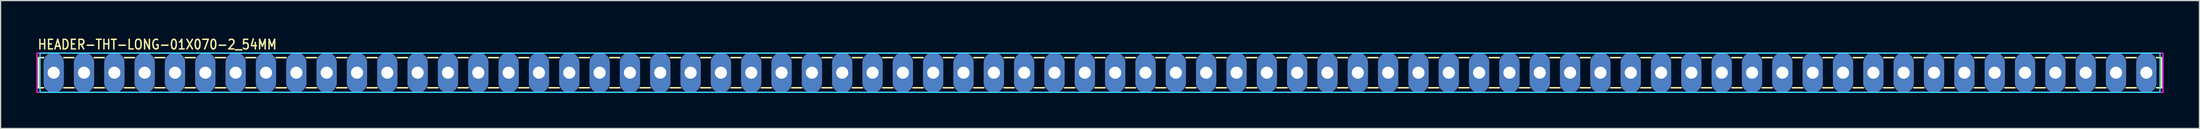
<source format=kicad_pcb>
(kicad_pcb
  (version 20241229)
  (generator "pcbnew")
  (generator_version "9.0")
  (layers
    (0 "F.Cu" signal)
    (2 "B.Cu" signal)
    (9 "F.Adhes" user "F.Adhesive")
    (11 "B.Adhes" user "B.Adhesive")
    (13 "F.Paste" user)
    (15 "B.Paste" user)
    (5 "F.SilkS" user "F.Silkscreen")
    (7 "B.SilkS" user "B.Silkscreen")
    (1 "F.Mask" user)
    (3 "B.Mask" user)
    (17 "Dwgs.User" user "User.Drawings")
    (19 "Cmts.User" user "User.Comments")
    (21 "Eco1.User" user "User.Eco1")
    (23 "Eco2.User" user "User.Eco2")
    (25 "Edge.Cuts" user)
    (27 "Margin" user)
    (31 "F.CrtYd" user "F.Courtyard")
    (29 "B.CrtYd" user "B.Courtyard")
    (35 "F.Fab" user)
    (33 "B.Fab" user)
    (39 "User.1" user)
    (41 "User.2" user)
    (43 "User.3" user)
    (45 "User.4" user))
  (footprint "HEADER-THT-LONG-01X070-2_54MM"
    (layer "F.Cu")
    (at 1.447 3.079)
    (property "Reference" "HEADER-THT-LONG-01X070-2_54MM" (at -1.4 -1.9 0) (unlocked yes) (layer "F.SilkS") (effects (font (size 0.813 0.695) (thickness 0.122)) (justify left bottom)))
    (fp_line (start -1.27 -1.27) (end -1.27 1.27) (stroke (width 0.127) (type solid)) (layer "F.SilkS"))
    (fp_line (start -1.27 1.27) (end -0.85 1.27) (stroke (width 0.127) (type solid)) (layer "F.SilkS"))
    (fp_line (start -0.85 -1.27) (end -1.27 -1.27) (stroke (width 0.127) (type solid)) (layer "F.SilkS"))
    (fp_line (start 0.85 -1.27) (end 1.69 -1.27) (stroke (width 0.127) (type solid)) (layer "F.SilkS"))
    (fp_line (start 0.85 1.27) (end 1.69 1.27) (stroke (width 0.127) (type solid)) (layer "F.SilkS"))
    (fp_line (start 3.39 -1.27) (end 4.23 -1.27) (stroke (width 0.127) (type solid)) (layer "F.SilkS"))
    (fp_line (start 3.39 1.27) (end 4.23 1.27) (stroke (width 0.127) (type solid)) (layer "F.SilkS"))
    (fp_line (start 5.93 -1.27) (end 6.77 -1.27) (stroke (width 0.127) (type solid)) (layer "F.SilkS"))
    (fp_line (start 5.93 1.27) (end 6.77 1.27) (stroke (width 0.127) (type solid)) (layer "F.SilkS"))
    (fp_line (start 8.47 -1.27) (end 9.31 -1.27) (stroke (width 0.127) (type solid)) (layer "F.SilkS"))
    (fp_line (start 8.47 1.27) (end 9.31 1.27) (stroke (width 0.127) (type solid)) (layer "F.SilkS"))
    (fp_line (start 11.01 -1.27) (end 11.85 -1.27) (stroke (width 0.127) (type solid)) (layer "F.SilkS"))
    (fp_line (start 11.01 1.27) (end 11.85 1.27) (stroke (width 0.127) (type solid)) (layer "F.SilkS"))
    (fp_line (start 13.55 -1.27) (end 14.39 -1.27) (stroke (width 0.127) (type solid)) (layer "F.SilkS"))
    (fp_line (start 13.55 1.27) (end 14.39 1.27) (stroke (width 0.127) (type solid)) (layer "F.SilkS"))
    (fp_line (start 16.09 -1.27) (end 16.93 -1.27) (stroke (width 0.127) (type solid)) (layer "F.SilkS"))
    (fp_line (start 16.09 1.27) (end 16.93 1.27) (stroke (width 0.127) (type solid)) (layer "F.SilkS"))
    (fp_line (start 18.63 -1.27) (end 19.47 -1.27) (stroke (width 0.127) (type solid)) (layer "F.SilkS"))
    (fp_line (start 18.63 1.27) (end 19.47 1.27) (stroke (width 0.127) (type solid)) (layer "F.SilkS"))
    (fp_line (start 21.17 -1.27) (end 22.01 -1.27) (stroke (width 0.127) (type solid)) (layer "F.SilkS"))
    (fp_line (start 21.17 1.27) (end 22.01 1.27) (stroke (width 0.127) (type solid)) (layer "F.SilkS"))
    (fp_line (start 23.71 -1.27) (end 24.55 -1.27) (stroke (width 0.127) (type solid)) (layer "F.SilkS"))
    (fp_line (start 23.71 1.27) (end 24.55 1.27) (stroke (width 0.127) (type solid)) (layer "F.SilkS"))
    (fp_line (start 26.25 -1.27) (end 27.09 -1.27) (stroke (width 0.127) (type solid)) (layer "F.SilkS"))
    (fp_line (start 26.25 1.27) (end 27.09 1.27) (stroke (width 0.127) (type solid)) (layer "F.SilkS"))
    (fp_line (start 28.79 -1.27) (end 29.63 -1.27) (stroke (width 0.127) (type solid)) (layer "F.SilkS"))
    (fp_line (start 28.79 1.27) (end 29.63 1.27) (stroke (width 0.127) (type solid)) (layer "F.SilkS"))
    (fp_line (start 31.33 -1.27) (end 32.17 -1.27) (stroke (width 0.127) (type solid)) (layer "F.SilkS"))
    (fp_line (start 31.33 1.27) (end 32.17 1.27) (stroke (width 0.127) (type solid)) (layer "F.SilkS"))
    (fp_line (start 33.87 -1.27) (end 34.71 -1.27) (stroke (width 0.127) (type solid)) (layer "F.SilkS"))
    (fp_line (start 33.87 1.27) (end 34.71 1.27) (stroke (width 0.127) (type solid)) (layer "F.SilkS"))
    (fp_line (start 36.41 -1.27) (end 37.25 -1.27) (stroke (width 0.127) (type solid)) (layer "F.SilkS"))
    (fp_line (start 36.41 1.27) (end 37.25 1.27) (stroke (width 0.127) (type solid)) (layer "F.SilkS"))
    (fp_line (start 38.95 -1.27) (end 39.79 -1.27) (stroke (width 0.127) (type solid)) (layer "F.SilkS"))
    (fp_line (start 38.95 1.27) (end 39.79 1.27) (stroke (width 0.127) (type solid)) (layer "F.SilkS"))
    (fp_line (start 41.49 -1.27) (end 42.33 -1.27) (stroke (width 0.127) (type solid)) (layer "F.SilkS"))
    (fp_line (start 41.49 1.27) (end 42.33 1.27) (stroke (width 0.127) (type solid)) (layer "F.SilkS"))
    (fp_line (start 44.03 -1.27) (end 44.87 -1.27) (stroke (width 0.127) (type solid)) (layer "F.SilkS"))
    (fp_line (start 44.03 1.27) (end 44.87 1.27) (stroke (width 0.127) (type solid)) (layer "F.SilkS"))
    (fp_line (start 46.57 -1.27) (end 47.41 -1.27) (stroke (width 0.127) (type solid)) (layer "F.SilkS"))
    (fp_line (start 46.57 1.27) (end 47.41 1.27) (stroke (width 0.127) (type solid)) (layer "F.SilkS"))
    (fp_line (start 49.11 -1.27) (end 49.95 -1.27) (stroke (width 0.127) (type solid)) (layer "F.SilkS"))
    (fp_line (start 49.11 1.27) (end 49.95 1.27) (stroke (width 0.127) (type solid)) (layer "F.SilkS"))
    (fp_line (start 51.65 -1.27) (end 52.49 -1.27) (stroke (width 0.127) (type solid)) (layer "F.SilkS"))
    (fp_line (start 51.65 1.27) (end 52.49 1.27) (stroke (width 0.127) (type solid)) (layer "F.SilkS"))
    (fp_line (start 54.19 -1.27) (end 55.03 -1.27) (stroke (width 0.127) (type solid)) (layer "F.SilkS"))
    (fp_line (start 54.19 1.27) (end 55.03 1.27) (stroke (width 0.127) (type solid)) (layer "F.SilkS"))
    (fp_line (start 56.73 -1.27) (end 57.57 -1.27) (stroke (width 0.127) (type solid)) (layer "F.SilkS"))
    (fp_line (start 56.73 1.27) (end 57.57 1.27) (stroke (width 0.127) (type solid)) (layer "F.SilkS"))
    (fp_line (start 59.27 -1.27) (end 60.11 -1.27) (stroke (width 0.127) (type solid)) (layer "F.SilkS"))
    (fp_line (start 59.27 1.27) (end 60.11 1.27) (stroke (width 0.127) (type solid)) (layer "F.SilkS"))
    (fp_line (start 61.81 -1.27) (end 62.65 -1.27) (stroke (width 0.127) (type solid)) (layer "F.SilkS"))
    (fp_line (start 61.81 1.27) (end 62.65 1.27) (stroke (width 0.127) (type solid)) (layer "F.SilkS"))
    (fp_line (start 64.35 -1.27) (end 65.19 -1.27) (stroke (width 0.127) (type solid)) (layer "F.SilkS"))
    (fp_line (start 64.35 1.27) (end 65.19 1.27) (stroke (width 0.127) (type solid)) (layer "F.SilkS"))
    (fp_line (start 66.89 -1.27) (end 67.73 -1.27) (stroke (width 0.127) (type solid)) (layer "F.SilkS"))
    (fp_line (start 66.89 1.27) (end 67.73 1.27) (stroke (width 0.127) (type solid)) (layer "F.SilkS"))
    (fp_line (start 69.43 -1.27) (end 70.27 -1.27) (stroke (width 0.127) (type solid)) (layer "F.SilkS"))
    (fp_line (start 69.43 1.27) (end 70.27 1.27) (stroke (width 0.127) (type solid)) (layer "F.SilkS"))
    (fp_line (start 71.97 -1.27) (end 72.81 -1.27) (stroke (width 0.127) (type solid)) (layer "F.SilkS"))
    (fp_line (start 71.97 1.27) (end 72.81 1.27) (stroke (width 0.127) (type solid)) (layer "F.SilkS"))
    (fp_line (start 74.51 -1.27) (end 75.35 -1.27) (stroke (width 0.127) (type solid)) (layer "F.SilkS"))
    (fp_line (start 74.51 1.27) (end 75.35 1.27) (stroke (width 0.127) (type solid)) (layer "F.SilkS"))
    (fp_line (start 77.05 -1.27) (end 77.89 -1.27) (stroke (width 0.127) (type solid)) (layer "F.SilkS"))
    (fp_line (start 77.05 1.27) (end 77.89 1.27) (stroke (width 0.127) (type solid)) (layer "F.SilkS"))
    (fp_line (start 79.59 -1.27) (end 80.43 -1.27) (stroke (width 0.127) (type solid)) (layer "F.SilkS"))
    (fp_line (start 79.59 1.27) (end 80.43 1.27) (stroke (width 0.127) (type solid)) (layer "F.SilkS"))
    (fp_line (start 82.13 -1.27) (end 82.97 -1.27) (stroke (width 0.127) (type solid)) (layer "F.SilkS"))
    (fp_line (start 82.13 1.27) (end 82.97 1.27) (stroke (width 0.127) (type solid)) (layer "F.SilkS"))
    (fp_line (start 84.67 -1.27) (end 85.51 -1.27) (stroke (width 0.127) (type solid)) (layer "F.SilkS"))
    (fp_line (start 84.67 1.27) (end 85.51 1.27) (stroke (width 0.127) (type solid)) (layer "F.SilkS"))
    (fp_line (start 87.21 -1.27) (end 88.05 -1.27) (stroke (width 0.127) (type solid)) (layer "F.SilkS"))
    (fp_line (start 87.21 1.27) (end 88.05 1.27) (stroke (width 0.127) (type solid)) (layer "F.SilkS"))
    (fp_line (start 89.75 -1.27) (end 90.59 -1.27) (stroke (width 0.127) (type solid)) (layer "F.SilkS"))
    (fp_line (start 89.75 1.27) (end 90.59 1.27) (stroke (width 0.127) (type solid)) (layer "F.SilkS"))
    (fp_line (start 92.29 -1.27) (end 93.13 -1.27) (stroke (width 0.127) (type solid)) (layer "F.SilkS"))
    (fp_line (start 92.29 1.27) (end 93.13 1.27) (stroke (width 0.127) (type solid)) (layer "F.SilkS"))
    (fp_line (start 94.83 -1.27) (end 95.67 -1.27) (stroke (width 0.127) (type solid)) (layer "F.SilkS"))
    (fp_line (start 94.83 1.27) (end 95.67 1.27) (stroke (width 0.127) (type solid)) (layer "F.SilkS"))
    (fp_line (start 97.37 -1.27) (end 98.21 -1.27) (stroke (width 0.127) (type solid)) (layer "F.SilkS"))
    (fp_line (start 97.37 1.27) (end 98.21 1.27) (stroke (width 0.127) (type solid)) (layer "F.SilkS"))
    (fp_line (start 99.91 -1.27) (end 100.75 -1.27) (stroke (width 0.127) (type solid)) (layer "F.SilkS"))
    (fp_line (start 99.91 1.27) (end 100.75 1.27) (stroke (width 0.127) (type solid)) (layer "F.SilkS"))
    (fp_line (start 102.45 -1.27) (end 103.29 -1.27) (stroke (width 0.127) (type solid)) (layer "F.SilkS"))
    (fp_line (start 102.45 1.27) (end 103.29 1.27) (stroke (width 0.127) (type solid)) (layer "F.SilkS"))
    (fp_line (start 104.99 -1.27) (end 105.83 -1.27) (stroke (width 0.127) (type solid)) (layer "F.SilkS"))
    (fp_line (start 104.99 1.27) (end 105.83 1.27) (stroke (width 0.127) (type solid)) (layer "F.SilkS"))
    (fp_line (start 107.53 -1.27) (end 108.37 -1.27) (stroke (width 0.127) (type solid)) (layer "F.SilkS"))
    (fp_line (start 107.53 1.27) (end 108.37 1.27) (stroke (width 0.127) (type solid)) (layer "F.SilkS"))
    (fp_line (start 110.07 -1.27) (end 110.91 -1.27) (stroke (width 0.127) (type solid)) (layer "F.SilkS"))
    (fp_line (start 110.07 1.27) (end 110.91 1.27) (stroke (width 0.127) (type solid)) (layer "F.SilkS"))
    (fp_line (start 112.61 -1.27) (end 113.45 -1.27) (stroke (width 0.127) (type solid)) (layer "F.SilkS"))
    (fp_line (start 112.61 1.27) (end 113.45 1.27) (stroke (width 0.127) (type solid)) (layer "F.SilkS"))
    (fp_line (start 115.15 -1.27) (end 115.99 -1.27) (stroke (width 0.127) (type solid)) (layer "F.SilkS"))
    (fp_line (start 115.15 1.27) (end 115.99 1.27) (stroke (width 0.127) (type solid)) (layer "F.SilkS"))
    (fp_line (start 117.69 -1.27) (end 118.53 -1.27) (stroke (width 0.127) (type solid)) (layer "F.SilkS"))
    (fp_line (start 117.69 1.27) (end 118.53 1.27) (stroke (width 0.127) (type solid)) (layer "F.SilkS"))
    (fp_line (start 120.23 -1.27) (end 121.07 -1.27) (stroke (width 0.127) (type solid)) (layer "F.SilkS"))
    (fp_line (start 120.23 1.27) (end 121.07 1.27) (stroke (width 0.127) (type solid)) (layer "F.SilkS"))
    (fp_line (start 122.77 -1.27) (end 123.61 -1.27) (stroke (width 0.127) (type solid)) (layer "F.SilkS"))
    (fp_line (start 122.77 1.27) (end 123.61 1.27) (stroke (width 0.127) (type solid)) (layer "F.SilkS"))
    (fp_line (start 125.31 -1.27) (end 126.15 -1.27) (stroke (width 0.127) (type solid)) (layer "F.SilkS"))
    (fp_line (start 125.31 1.27) (end 126.15 1.27) (stroke (width 0.127) (type solid)) (layer "F.SilkS"))
    (fp_line (start 127.85 -1.27) (end 128.69 -1.27) (stroke (width 0.127) (type solid)) (layer "F.SilkS"))
    (fp_line (start 127.85 1.27) (end 128.69 1.27) (stroke (width 0.127) (type solid)) (layer "F.SilkS"))
    (fp_line (start 130.39 -1.27) (end 131.23 -1.27) (stroke (width 0.127) (type solid)) (layer "F.SilkS"))
    (fp_line (start 130.39 1.27) (end 131.23 1.27) (stroke (width 0.127) (type solid)) (layer "F.SilkS"))
    (fp_line (start 132.93 -1.27) (end 133.77 -1.27) (stroke (width 0.127) (type solid)) (layer "F.SilkS"))
    (fp_line (start 132.93 1.27) (end 133.77 1.27) (stroke (width 0.127) (type solid)) (layer "F.SilkS"))
    (fp_line (start 135.47 -1.27) (end 136.31 -1.27) (stroke (width 0.127) (type solid)) (layer "F.SilkS"))
    (fp_line (start 135.47 1.27) (end 136.31 1.27) (stroke (width 0.127) (type solid)) (layer "F.SilkS"))
    (fp_line (start 138.01 -1.27) (end 138.85 -1.27) (stroke (width 0.127) (type solid)) (layer "F.SilkS"))
    (fp_line (start 138.01 1.27) (end 138.85 1.27) (stroke (width 0.127) (type solid)) (layer "F.SilkS"))
    (fp_line (start 140.55 -1.27) (end 141.39 -1.27) (stroke (width 0.127) (type solid)) (layer "F.SilkS"))
    (fp_line (start 140.55 1.27) (end 141.39 1.27) (stroke (width 0.127) (type solid)) (layer "F.SilkS"))
    (fp_line (start 143.09 -1.27) (end 143.93 -1.27) (stroke (width 0.127) (type solid)) (layer "F.SilkS"))
    (fp_line (start 143.09 1.27) (end 143.93 1.27) (stroke (width 0.127) (type solid)) (layer "F.SilkS"))
    (fp_line (start 145.63 -1.27) (end 146.47 -1.27) (stroke (width 0.127) (type solid)) (layer "F.SilkS"))
    (fp_line (start 145.63 1.27) (end 146.47 1.27) (stroke (width 0.127) (type solid)) (layer "F.SilkS"))
    (fp_line (start 148.17 -1.27) (end 149.01 -1.27) (stroke (width 0.127) (type solid)) (layer "F.SilkS"))
    (fp_line (start 148.17 1.27) (end 149.01 1.27) (stroke (width 0.127) (type solid)) (layer "F.SilkS"))
    (fp_line (start 150.71 -1.27) (end 151.55 -1.27) (stroke (width 0.127) (type solid)) (layer "F.SilkS"))
    (fp_line (start 150.71 1.27) (end 151.55 1.27) (stroke (width 0.127) (type solid)) (layer "F.SilkS"))
    (fp_line (start 153.25 -1.27) (end 154.09 -1.27) (stroke (width 0.127) (type solid)) (layer "F.SilkS"))
    (fp_line (start 153.25 1.27) (end 154.09 1.27) (stroke (width 0.127) (type solid)) (layer "F.SilkS"))
    (fp_line (start 155.79 -1.27) (end 156.63 -1.27) (stroke (width 0.127) (type solid)) (layer "F.SilkS"))
    (fp_line (start 155.79 1.27) (end 156.63 1.27) (stroke (width 0.127) (type solid)) (layer "F.SilkS"))
    (fp_line (start 158.33 -1.27) (end 159.17 -1.27) (stroke (width 0.127) (type solid)) (layer "F.SilkS"))
    (fp_line (start 158.33 1.27) (end 159.17 1.27) (stroke (width 0.127) (type solid)) (layer "F.SilkS"))
    (fp_line (start 160.87 -1.27) (end 161.71 -1.27) (stroke (width 0.127) (type solid)) (layer "F.SilkS"))
    (fp_line (start 160.87 1.27) (end 161.71 1.27) (stroke (width 0.127) (type solid)) (layer "F.SilkS"))
    (fp_line (start 163.41 -1.27) (end 164.25 -1.27) (stroke (width 0.127) (type solid)) (layer "F.SilkS"))
    (fp_line (start 163.41 1.27) (end 164.25 1.27) (stroke (width 0.127) (type solid)) (layer "F.SilkS"))
    (fp_line (start 165.95 -1.27) (end 166.79 -1.27) (stroke (width 0.127) (type solid)) (layer "F.SilkS"))
    (fp_line (start 165.95 1.27) (end 166.79 1.27) (stroke (width 0.127) (type solid)) (layer "F.SilkS"))
    (fp_line (start 168.49 -1.27) (end 169.33 -1.27) (stroke (width 0.127) (type solid)) (layer "F.SilkS"))
    (fp_line (start 168.49 1.27) (end 169.33 1.27) (stroke (width 0.127) (type solid)) (layer "F.SilkS"))
    (fp_line (start 171.03 -1.27) (end 171.87 -1.27) (stroke (width 0.127) (type solid)) (layer "F.SilkS"))
    (fp_line (start 171.03 1.27) (end 171.87 1.27) (stroke (width 0.127) (type solid)) (layer "F.SilkS"))
    (fp_line (start 173.57 -1.27) (end 174.41 -1.27) (stroke (width 0.127) (type solid)) (layer "F.SilkS"))
    (fp_line (start 173.57 1.27) (end 174.41 1.27) (stroke (width 0.127) (type solid)) (layer "F.SilkS"))
    (fp_line (start 176.11 -1.27) (end 176.53 -1.27) (stroke (width 0.127) (type solid)) (layer "F.SilkS"))
    (fp_line (start 176.53 -1.27) (end 176.53 1.27) (stroke (width 0.127) (type solid)) (layer "F.SilkS"))
    (fp_line (start 176.53 1.27) (end 176.11 1.27) (stroke (width 0.127) (type solid)) (layer "F.SilkS"))
    (fp_poly (pts (xy -1.143 -1.651) (xy 176.403 -1.651) (xy 176.403 1.651) (xy -1.143 1.651)) (stroke (width 0.1) (type solid)) (fill no) (layer "B.CrtYd"))
    (fp_poly (pts (xy -1.397 -1.651) (xy 176.657 -1.651) (xy 176.657 1.651) (xy -1.397 1.651)) (stroke (width 0.1) (type solid)) (fill no) (layer "F.CrtYd"))
    (pad "1" thru_hole oval (at 0 0 90) (size 3.387 1.693) (drill 1.016) (layers "*.Cu" "*.Mask"))
    (pad "2" thru_hole oval (at 2.54 0 90) (size 3.387 1.693) (drill 1.016) (layers "*.Cu" "*.Mask"))
    (pad "3" thru_hole oval (at 5.08 0 90) (size 3.387 1.693) (drill 1.016) (layers "*.Cu" "*.Mask"))
    (pad "4" thru_hole oval (at 7.62 0 90) (size 3.387 1.693) (drill 1.016) (layers "*.Cu" "*.Mask"))
    (pad "5" thru_hole oval (at 10.16 0 90) (size 3.387 1.693) (drill 1.016) (layers "*.Cu" "*.Mask"))
    (pad "6" thru_hole oval (at 12.7 0 90) (size 3.387 1.693) (drill 1.016) (layers "*.Cu" "*.Mask"))
    (pad "7" thru_hole oval (at 15.24 0 90) (size 3.387 1.693) (drill 1.016) (layers "*.Cu" "*.Mask"))
    (pad "8" thru_hole oval (at 17.78 0 90) (size 3.387 1.693) (drill 1.016) (layers "*.Cu" "*.Mask"))
    (pad "9" thru_hole oval (at 20.32 0 90) (size 3.387 1.693) (drill 1.016) (layers "*.Cu" "*.Mask"))
    (pad "10" thru_hole oval (at 22.86 0 90) (size 3.387 1.693) (drill 1.016) (layers "*.Cu" "*.Mask"))
    (pad "11" thru_hole oval (at 25.4 0 90) (size 3.387 1.693) (drill 1.016) (layers "*.Cu" "*.Mask"))
    (pad "12" thru_hole oval (at 27.94 0 90) (size 3.387 1.693) (drill 1.016) (layers "*.Cu" "*.Mask"))
    (pad "13" thru_hole oval (at 30.48 0 90) (size 3.387 1.693) (drill 1.016) (layers "*.Cu" "*.Mask"))
    (pad "14" thru_hole oval (at 33.02 0 90) (size 3.387 1.693) (drill 1.016) (layers "*.Cu" "*.Mask"))
    (pad "15" thru_hole oval (at 35.56 0 90) (size 3.387 1.693) (drill 1.016) (layers "*.Cu" "*.Mask"))
    (pad "16" thru_hole oval (at 38.1 0 90) (size 3.387 1.693) (drill 1.016) (layers "*.Cu" "*.Mask"))
    (pad "17" thru_hole oval (at 40.64 0 90) (size 3.387 1.693) (drill 1.016) (layers "*.Cu" "*.Mask"))
    (pad "18" thru_hole oval (at 43.18 0 90) (size 3.387 1.693) (drill 1.016) (layers "*.Cu" "*.Mask"))
    (pad "19" thru_hole oval (at 45.72 0 90) (size 3.387 1.693) (drill 1.016) (layers "*.Cu" "*.Mask"))
    (pad "20" thru_hole oval (at 48.26 0 90) (size 3.387 1.693) (drill 1.016) (layers "*.Cu" "*.Mask"))
    (pad "21" thru_hole oval (at 50.8 0 90) (size 3.387 1.693) (drill 1.016) (layers "*.Cu" "*.Mask"))
    (pad "22" thru_hole oval (at 53.34 0 90) (size 3.387 1.693) (drill 1.016) (layers "*.Cu" "*.Mask"))
    (pad "23" thru_hole oval (at 55.88 0 90) (size 3.387 1.693) (drill 1.016) (layers "*.Cu" "*.Mask"))
    (pad "24" thru_hole oval (at 58.42 0 90) (size 3.387 1.693) (drill 1.016) (layers "*.Cu" "*.Mask"))
    (pad "25" thru_hole oval (at 60.96 0 90) (size 3.387 1.693) (drill 1.016) (layers "*.Cu" "*.Mask"))
    (pad "26" thru_hole oval (at 63.5 0 90) (size 3.387 1.693) (drill 1.016) (layers "*.Cu" "*.Mask"))
    (pad "27" thru_hole oval (at 66.04 0 90) (size 3.387 1.693) (drill 1.016) (layers "*.Cu" "*.Mask"))
    (pad "28" thru_hole oval (at 68.58 0 90) (size 3.387 1.693) (drill 1.016) (layers "*.Cu" "*.Mask"))
    (pad "29" thru_hole oval (at 71.12 0 90) (size 3.387 1.693) (drill 1.016) (layers "*.Cu" "*.Mask"))
    (pad "30" thru_hole oval (at 73.66 0 90) (size 3.387 1.693) (drill 1.016) (layers "*.Cu" "*.Mask"))
    (pad "31" thru_hole oval (at 76.2 0 90) (size 3.387 1.693) (drill 1.016) (layers "*.Cu" "*.Mask"))
    (pad "32" thru_hole oval (at 78.74 0 90) (size 3.387 1.693) (drill 1.016) (layers "*.Cu" "*.Mask"))
    (pad "33" thru_hole oval (at 81.28 0 90) (size 3.387 1.693) (drill 1.016) (layers "*.Cu" "*.Mask"))
    (pad "34" thru_hole oval (at 83.82 0 90) (size 3.387 1.693) (drill 1.016) (layers "*.Cu" "*.Mask"))
    (pad "35" thru_hole oval (at 86.36 0 90) (size 3.387 1.693) (drill 1.016) (layers "*.Cu" "*.Mask"))
    (pad "36" thru_hole oval (at 88.9 0 90) (size 3.387 1.693) (drill 1.016) (layers "*.Cu" "*.Mask"))
    (pad "37" thru_hole oval (at 91.44 0 90) (size 3.387 1.693) (drill 1.016) (layers "*.Cu" "*.Mask"))
    (pad "38" thru_hole oval (at 93.98 0 90) (size 3.387 1.693) (drill 1.016) (layers "*.Cu" "*.Mask"))
    (pad "39" thru_hole oval (at 96.52 0 90) (size 3.387 1.693) (drill 1.016) (layers "*.Cu" "*.Mask"))
    (pad "40" thru_hole oval (at 99.06 0 90) (size 3.387 1.693) (drill 1.016) (layers "*.Cu" "*.Mask"))
    (pad "41" thru_hole oval (at 101.6 0 90) (size 3.387 1.693) (drill 1.016) (layers "*.Cu" "*.Mask"))
    (pad "42" thru_hole oval (at 104.14 0 90) (size 3.387 1.693) (drill 1.016) (layers "*.Cu" "*.Mask"))
    (pad "43" thru_hole oval (at 106.68 0 90) (size 3.387 1.693) (drill 1.016) (layers "*.Cu" "*.Mask"))
    (pad "44" thru_hole oval (at 109.22 0 90) (size 3.387 1.693) (drill 1.016) (layers "*.Cu" "*.Mask"))
    (pad "45" thru_hole oval (at 111.76 0 90) (size 3.387 1.693) (drill 1.016) (layers "*.Cu" "*.Mask"))
    (pad "46" thru_hole oval (at 114.3 0 90) (size 3.387 1.693) (drill 1.016) (layers "*.Cu" "*.Mask"))
    (pad "47" thru_hole oval (at 116.84 0 90) (size 3.387 1.693) (drill 1.016) (layers "*.Cu" "*.Mask"))
    (pad "48" thru_hole oval (at 119.38 0 90) (size 3.387 1.693) (drill 1.016) (layers "*.Cu" "*.Mask"))
    (pad "49" thru_hole oval (at 121.92 0 90) (size 3.387 1.693) (drill 1.016) (layers "*.Cu" "*.Mask"))
    (pad "50" thru_hole oval (at 124.46 0 90) (size 3.387 1.693) (drill 1.016) (layers "*.Cu" "*.Mask"))
    (pad "51" thru_hole oval (at 127 0 90) (size 3.387 1.693) (drill 1.016) (layers "*.Cu" "*.Mask"))
    (pad "52" thru_hole oval (at 129.54 0 90) (size 3.387 1.693) (drill 1.016) (layers "*.Cu" "*.Mask"))
    (pad "53" thru_hole oval (at 132.08 0 90) (size 3.387 1.693) (drill 1.016) (layers "*.Cu" "*.Mask"))
    (pad "54" thru_hole oval (at 134.62 0 90) (size 3.387 1.693) (drill 1.016) (layers "*.Cu" "*.Mask"))
    (pad "55" thru_hole oval (at 137.16 0 90) (size 3.387 1.693) (drill 1.016) (layers "*.Cu" "*.Mask"))
    (pad "56" thru_hole oval (at 139.7 0 90) (size 3.387 1.693) (drill 1.016) (layers "*.Cu" "*.Mask"))
    (pad "57" thru_hole oval (at 142.24 0 90) (size 3.387 1.693) (drill 1.016) (layers "*.Cu" "*.Mask"))
    (pad "58" thru_hole oval (at 144.78 0 90) (size 3.387 1.693) (drill 1.016) (layers "*.Cu" "*.Mask"))
    (pad "59" thru_hole oval (at 147.32 0 90) (size 3.387 1.693) (drill 1.016) (layers "*.Cu" "*.Mask"))
    (pad "60" thru_hole oval (at 149.86 0 90) (size 3.387 1.693) (drill 1.016) (layers "*.Cu" "*.Mask"))
    (pad "61" thru_hole oval (at 152.4 0 90) (size 3.387 1.693) (drill 1.016) (layers "*.Cu" "*.Mask"))
    (pad "62" thru_hole oval (at 154.94 0 90) (size 3.387 1.693) (drill 1.016) (layers "*.Cu" "*.Mask"))
    (pad "63" thru_hole oval (at 157.48 0 90) (size 3.387 1.693) (drill 1.016) (layers "*.Cu" "*.Mask"))
    (pad "64" thru_hole oval (at 160.02 0 90) (size 3.387 1.693) (drill 1.016) (layers "*.Cu" "*.Mask"))
    (pad "65" thru_hole oval (at 162.56 0 90) (size 3.387 1.693) (drill 1.016) (layers "*.Cu" "*.Mask"))
    (pad "66" thru_hole oval (at 165.1 0 90) (size 3.387 1.693) (drill 1.016) (layers "*.Cu" "*.Mask"))
    (pad "67" thru_hole oval (at 167.64 0 90) (size 3.387 1.693) (drill 1.016) (layers "*.Cu" "*.Mask"))
    (pad "68" thru_hole oval (at 170.18 0 90) (size 3.387 1.693) (drill 1.016) (layers "*.Cu" "*.Mask"))
    (pad "69" thru_hole oval (at 172.72 0 90) (size 3.387 1.693) (drill 1.016) (layers "*.Cu" "*.Mask"))
    (pad "70" thru_hole oval (at 175.26 0 90) (size 3.387 1.693) (drill 1.016) (layers "*.Cu" "*.Mask")))
  (gr_rect
    (start -3 -3)
    (end 181.154 7.78)
    (stroke (width 0.1) (type default))
    (fill no)
    (layer "Edge.Cuts")))
</source>
